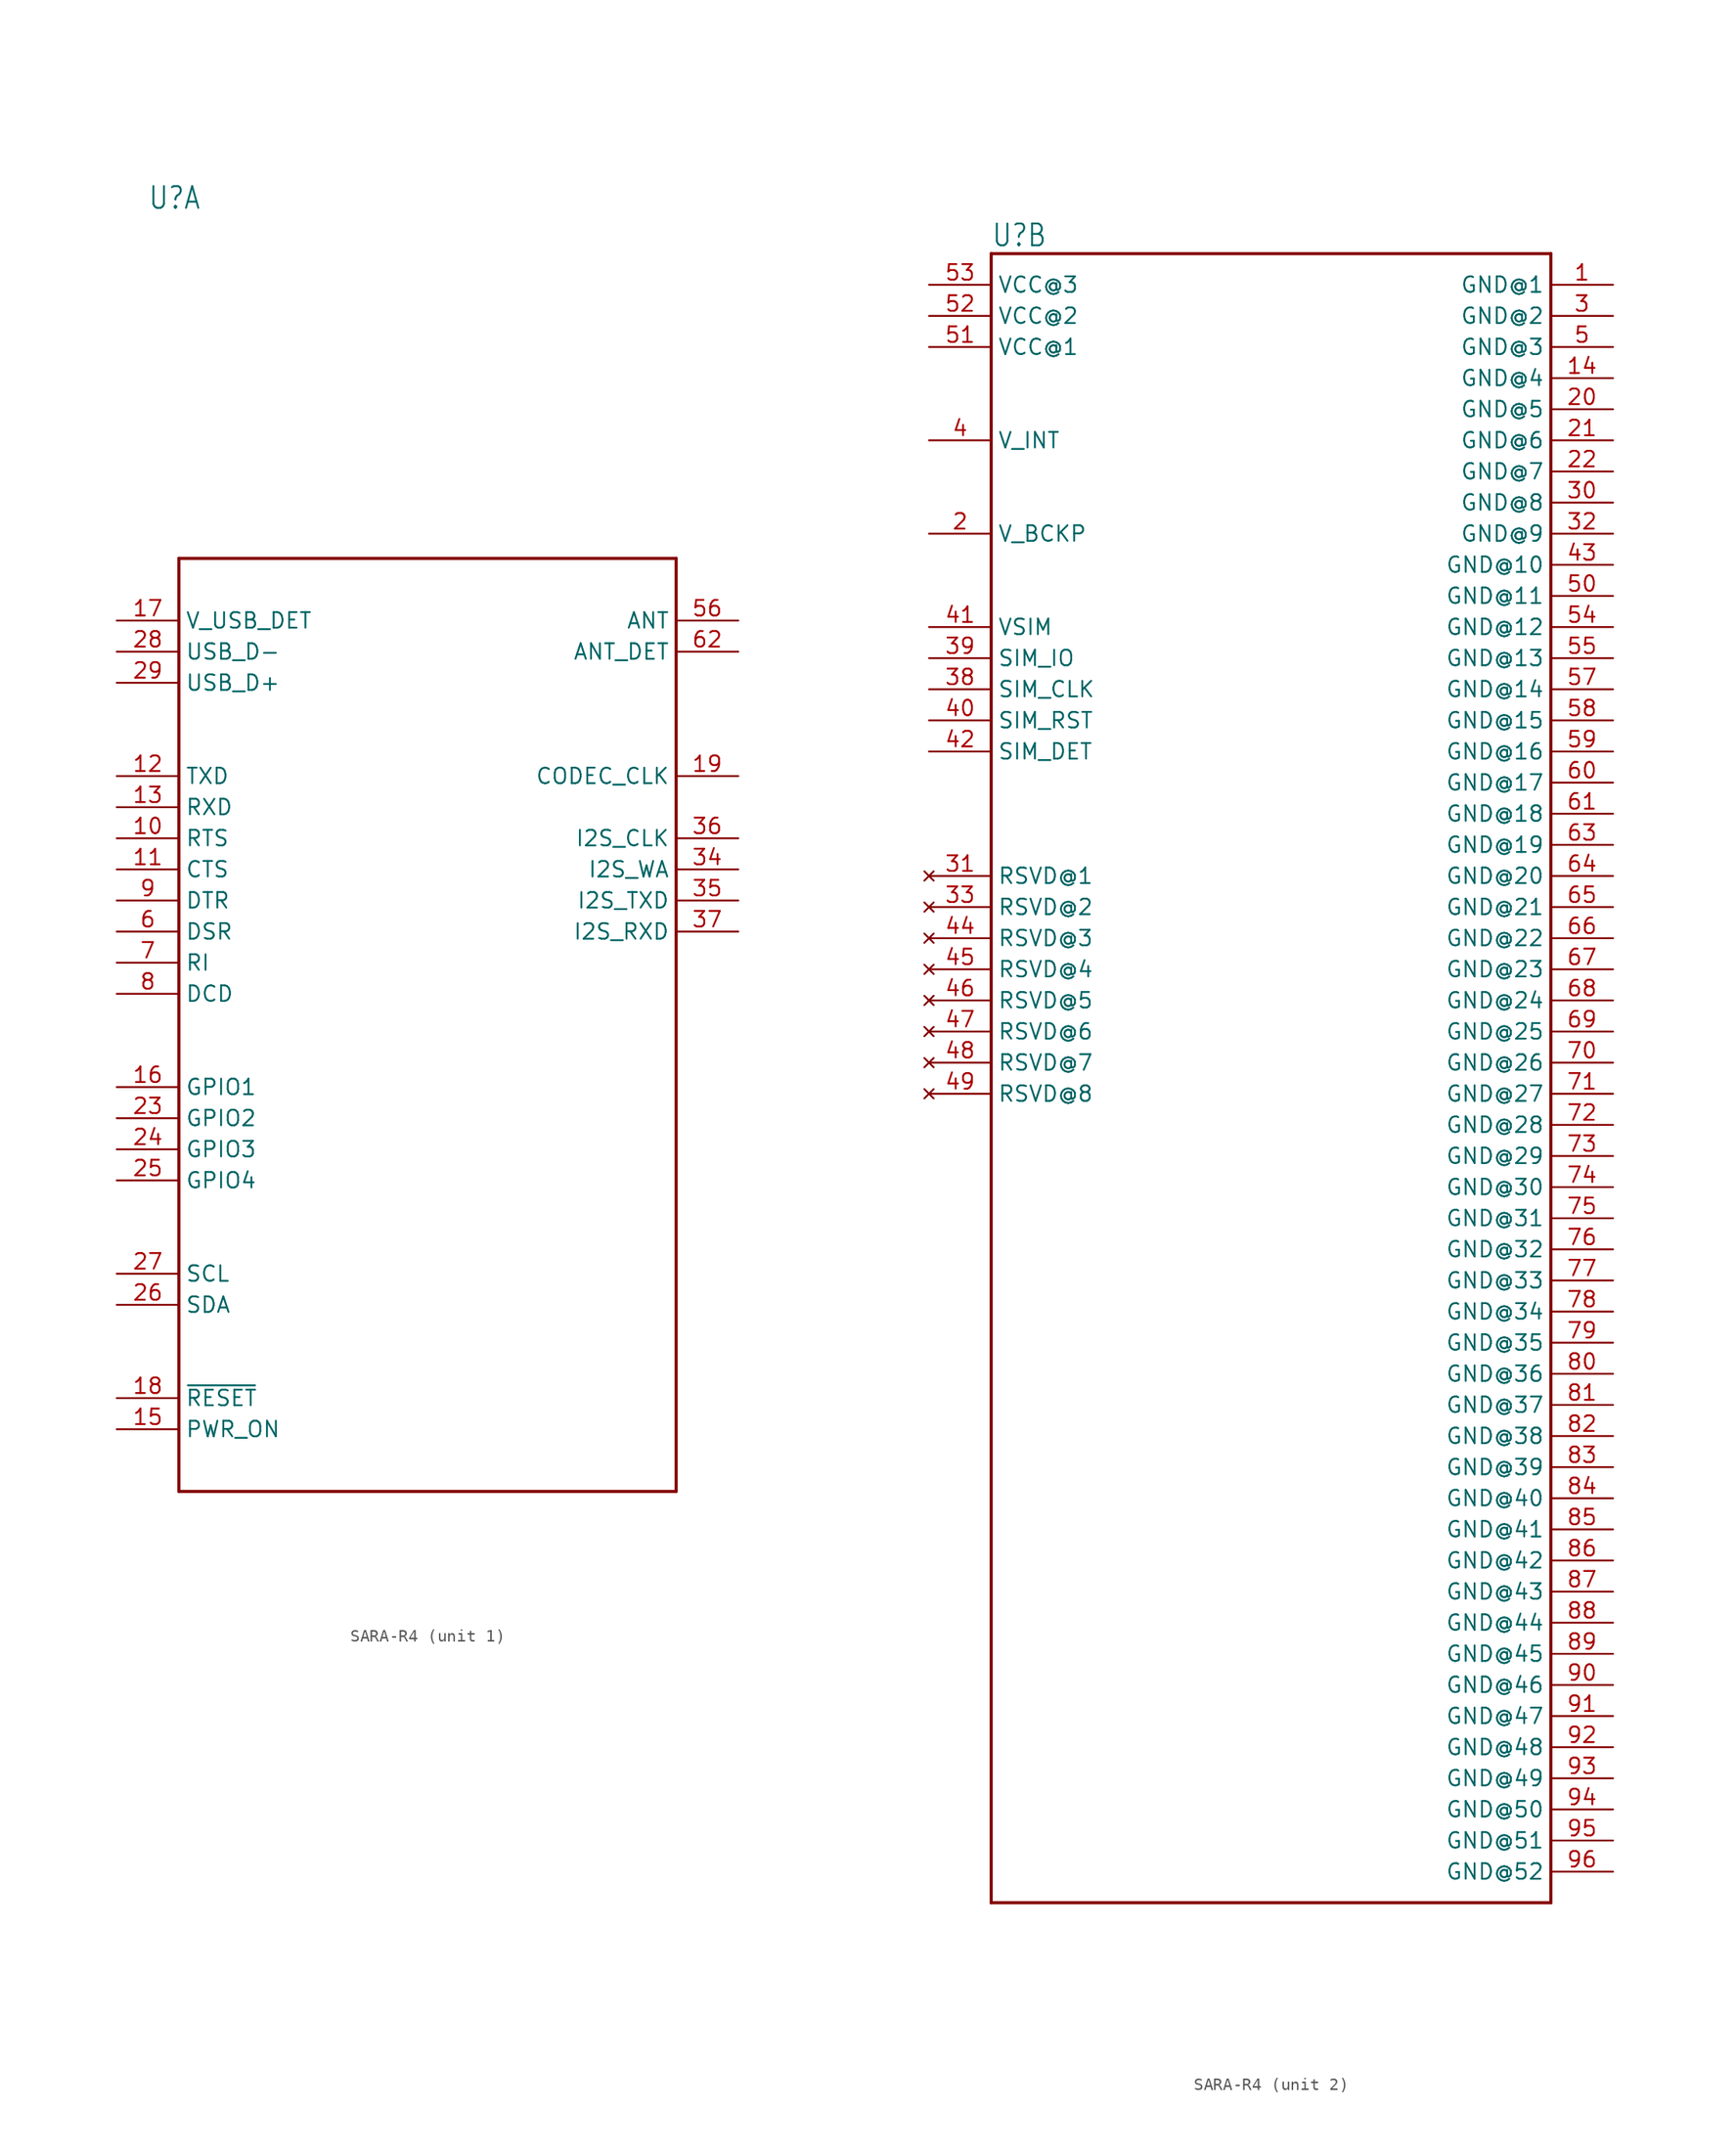
<source format=kicad_sym>
(kicad_symbol_lib
  (version 20231120)
  (generator "kicad_symbol_editor")
  (generator_version "8.0")
  (symbol "SARA-R4"
    (property "Reference" "U"
      (at -22.86 68.58 0)
      (effects (font (size 1.778 1.511)) (justify left top)))
    (property "Value" ""
      (at -5.08 2.54 0)
      (effects (font (size 1.778 1.511)) (justify left top)))
    (property "ki_locked" ""
      (at 0 0 0)
      (effects (font (size 1.27 1.27))))
    (symbol "SARA-R4_1_0"
      (polyline (pts (xy -20.32 -38.1) (xy -20.32 38.1)) (stroke (width 0.254) (type solid)) (fill (type none)))
      (polyline (pts (xy -20.32 38.1) (xy 20.32 38.1)) (stroke (width 0.254) (type solid)) (fill (type none)))
      (polyline (pts (xy 20.32 -38.1) (xy -20.32 -38.1)) (stroke (width 0.254) (type solid)) (fill (type none)))
      (polyline (pts (xy 20.32 38.1) (xy 20.32 -38.1)) (stroke (width 0.254) (type solid)) (fill (type none)))
      (pin input line (at -25.4 15.24 0) (length 5.08) (name "RTS" (effects (font (size 1.27 1.27)))) (number "10" (effects (font (size 1.27 1.27)))))
      (pin output line (at -25.4 12.7 0) (length 5.08) (name "CTS" (effects (font (size 1.27 1.27)))) (number "11" (effects (font (size 1.27 1.27)))))
      (pin input line (at -25.4 20.32 0) (length 5.08) (name "TXD" (effects (font (size 1.27 1.27)))) (number "12" (effects (font (size 1.27 1.27)))))
      (pin output line (at -25.4 17.78 0) (length 5.08) (name "RXD" (effects (font (size 1.27 1.27)))) (number "13" (effects (font (size 1.27 1.27)))))
      (pin input line (at -25.4 -33.02 0) (length 5.08) (name "PWR_ON" (effects (font (size 1.27 1.27)))) (number "15" (effects (font (size 1.27 1.27)))))
      (pin bidirectional line (at -25.4 -5.08 0) (length 5.08) (name "GPIO1" (effects (font (size 1.27 1.27)))) (number "16" (effects (font (size 1.27 1.27)))))
      (pin input line (at -25.4 33.02 0) (length 5.08) (name "V_USB_DET" (effects (font (size 1.27 1.27)))) (number "17" (effects (font (size 1.27 1.27)))))
      (pin input line (at -25.4 -30.48 0) (length 5.08) (name "~{RESET}" (effects (font (size 1.27 1.27)))) (number "18" (effects (font (size 1.27 1.27)))))
      (pin output line (at 25.4 20.32 180) (length 5.08) (name "CODEC_CLK" (effects (font (size 1.27 1.27)))) (number "19" (effects (font (size 1.27 1.27)))))
      (pin bidirectional line (at -25.4 -7.62 0) (length 5.08) (name "GPIO2" (effects (font (size 1.27 1.27)))) (number "23" (effects (font (size 1.27 1.27)))))
      (pin bidirectional line (at -25.4 -10.16 0) (length 5.08) (name "GPIO3" (effects (font (size 1.27 1.27)))) (number "24" (effects (font (size 1.27 1.27)))))
      (pin bidirectional line (at -25.4 -12.7 0) (length 5.08) (name "GPIO4" (effects (font (size 1.27 1.27)))) (number "25" (effects (font (size 1.27 1.27)))))
      (pin bidirectional line (at -25.4 -22.86 0) (length 5.08) (name "SDA" (effects (font (size 1.27 1.27)))) (number "26" (effects (font (size 1.27 1.27)))))
      (pin output line (at -25.4 -20.32 0) (length 5.08) (name "SCL" (effects (font (size 1.27 1.27)))) (number "27" (effects (font (size 1.27 1.27)))))
      (pin bidirectional line (at -25.4 30.48 0) (length 5.08) (name "USB_D-" (effects (font (size 1.27 1.27)))) (number "28" (effects (font (size 1.27 1.27)))))
      (pin bidirectional line (at -25.4 27.94 0) (length 5.08) (name "USB_D+" (effects (font (size 1.27 1.27)))) (number "29" (effects (font (size 1.27 1.27)))))
      (pin bidirectional line (at 25.4 12.7 180) (length 5.08) (name "I2S_WA" (effects (font (size 1.27 1.27)))) (number "34" (effects (font (size 1.27 1.27)))))
      (pin output line (at 25.4 10.16 180) (length 5.08) (name "I2S_TXD" (effects (font (size 1.27 1.27)))) (number "35" (effects (font (size 1.27 1.27)))))
      (pin bidirectional line (at 25.4 15.24 180) (length 5.08) (name "I2S_CLK" (effects (font (size 1.27 1.27)))) (number "36" (effects (font (size 1.27 1.27)))))
      (pin input line (at 25.4 7.62 180) (length 5.08) (name "I2S_RXD" (effects (font (size 1.27 1.27)))) (number "37" (effects (font (size 1.27 1.27)))))
      (pin bidirectional line (at 25.4 33.02 180) (length 5.08) (name "ANT" (effects (font (size 1.27 1.27)))) (number "56" (effects (font (size 1.27 1.27)))))
      (pin output line (at -25.4 7.62 0) (length 5.08) (name "DSR" (effects (font (size 1.27 1.27)))) (number "6" (effects (font (size 1.27 1.27)))))
      (pin input line (at 25.4 30.48 180) (length 5.08) (name "ANT_DET" (effects (font (size 1.27 1.27)))) (number "62" (effects (font (size 1.27 1.27)))))
      (pin output line (at -25.4 5.08 0) (length 5.08) (name "RI" (effects (font (size 1.27 1.27)))) (number "7" (effects (font (size 1.27 1.27)))))
      (pin output line (at -25.4 2.54 0) (length 5.08) (name "DCD" (effects (font (size 1.27 1.27)))) (number "8" (effects (font (size 1.27 1.27)))))
      (pin input line (at -25.4 10.16 0) (length 5.08) (name "DTR" (effects (font (size 1.27 1.27)))) (number "9" (effects (font (size 1.27 1.27))))))
    (symbol "SARA-R4_2_0"
      (polyline (pts (xy -22.86 -68.58) (xy -22.86 66.04)) (stroke (width 0.254) (type solid)) (fill (type none)))
      (polyline (pts (xy -22.86 66.04) (xy 22.86 66.04)) (stroke (width 0.254) (type solid)) (fill (type none)))
      (polyline (pts (xy 22.86 -68.58) (xy -22.86 -68.58)) (stroke (width 0.254) (type solid)) (fill (type none)))
      (polyline (pts (xy 22.86 66.04) (xy 22.86 -68.58)) (stroke (width 0.254) (type solid)) (fill (type none)))
      (pin power_in line (at 27.94 63.5 180) (length 5.08) (name "GND@1" (effects (font (size 1.27 1.27)))) (number "1" (effects (font (size 1.27 1.27)))))
      (pin power_in line (at 27.94 55.88 180) (length 5.08) (name "GND@4" (effects (font (size 1.27 1.27)))) (number "14" (effects (font (size 1.27 1.27)))))
      (pin power_in line (at -27.94 43.18 0) (length 5.08) (name "V_BCKP" (effects (font (size 1.27 1.27)))) (number "2" (effects (font (size 1.27 1.27)))))
      (pin power_in line (at 27.94 53.34 180) (length 5.08) (name "GND@5" (effects (font (size 1.27 1.27)))) (number "20" (effects (font (size 1.27 1.27)))))
      (pin power_in line (at 27.94 50.8 180) (length 5.08) (name "GND@6" (effects (font (size 1.27 1.27)))) (number "21" (effects (font (size 1.27 1.27)))))
      (pin power_in line (at 27.94 48.26 180) (length 5.08) (name "GND@7" (effects (font (size 1.27 1.27)))) (number "22" (effects (font (size 1.27 1.27)))))
      (pin power_in line (at 27.94 60.96 180) (length 5.08) (name "GND@2" (effects (font (size 1.27 1.27)))) (number "3" (effects (font (size 1.27 1.27)))))
      (pin power_in line (at 27.94 45.72 180) (length 5.08) (name "GND@8" (effects (font (size 1.27 1.27)))) (number "30" (effects (font (size 1.27 1.27)))))
      (pin no_connect line (at -27.94 15.24 0) (length 5.08) (name "RSVD@1" (effects (font (size 1.27 1.27)))) (number "31" (effects (font (size 1.27 1.27)))))
      (pin power_in line (at 27.94 43.18 180) (length 5.08) (name "GND@9" (effects (font (size 1.27 1.27)))) (number "32" (effects (font (size 1.27 1.27)))))
      (pin no_connect line (at -27.94 12.7 0) (length 5.08) (name "RSVD@2" (effects (font (size 1.27 1.27)))) (number "33" (effects (font (size 1.27 1.27)))))
      (pin output line (at -27.94 30.48 0) (length 5.08) (name "SIM_CLK" (effects (font (size 1.27 1.27)))) (number "38" (effects (font (size 1.27 1.27)))))
      (pin bidirectional line (at -27.94 33.02 0) (length 5.08) (name "SIM_IO" (effects (font (size 1.27 1.27)))) (number "39" (effects (font (size 1.27 1.27)))))
      (pin power_in line (at -27.94 50.8 0) (length 5.08) (name "V_INT" (effects (font (size 1.27 1.27)))) (number "4" (effects (font (size 1.27 1.27)))))
      (pin output line (at -27.94 27.94 0) (length 5.08) (name "SIM_RST" (effects (font (size 1.27 1.27)))) (number "40" (effects (font (size 1.27 1.27)))))
      (pin power_in line (at -27.94 35.56 0) (length 5.08) (name "VSIM" (effects (font (size 1.27 1.27)))) (number "41" (effects (font (size 1.27 1.27)))))
      (pin input line (at -27.94 25.4 0) (length 5.08) (name "SIM_DET" (effects (font (size 1.27 1.27)))) (number "42" (effects (font (size 1.27 1.27)))))
      (pin power_in line (at 27.94 40.64 180) (length 5.08) (name "GND@10" (effects (font (size 1.27 1.27)))) (number "43" (effects (font (size 1.27 1.27)))))
      (pin no_connect line (at -27.94 10.16 0) (length 5.08) (name "RSVD@3" (effects (font (size 1.27 1.27)))) (number "44" (effects (font (size 1.27 1.27)))))
      (pin no_connect line (at -27.94 7.62 0) (length 5.08) (name "RSVD@4" (effects (font (size 1.27 1.27)))) (number "45" (effects (font (size 1.27 1.27)))))
      (pin no_connect line (at -27.94 5.08 0) (length 5.08) (name "RSVD@5" (effects (font (size 1.27 1.27)))) (number "46" (effects (font (size 1.27 1.27)))))
      (pin no_connect line (at -27.94 2.54 0) (length 5.08) (name "RSVD@6" (effects (font (size 1.27 1.27)))) (number "47" (effects (font (size 1.27 1.27)))))
      (pin no_connect line (at -27.94 0 0) (length 5.08) (name "RSVD@7" (effects (font (size 1.27 1.27)))) (number "48" (effects (font (size 1.27 1.27)))))
      (pin no_connect line (at -27.94 -2.54 0) (length 5.08) (name "RSVD@8" (effects (font (size 1.27 1.27)))) (number "49" (effects (font (size 1.27 1.27)))))
      (pin power_in line (at 27.94 58.42 180) (length 5.08) (name "GND@3" (effects (font (size 1.27 1.27)))) (number "5" (effects (font (size 1.27 1.27)))))
      (pin power_in line (at 27.94 38.1 180) (length 5.08) (name "GND@11" (effects (font (size 1.27 1.27)))) (number "50" (effects (font (size 1.27 1.27)))))
      (pin power_in line (at -27.94 58.42 0) (length 5.08) (name "VCC@1" (effects (font (size 1.27 1.27)))) (number "51" (effects (font (size 1.27 1.27)))))
      (pin power_in line (at -27.94 60.96 0) (length 5.08) (name "VCC@2" (effects (font (size 1.27 1.27)))) (number "52" (effects (font (size 1.27 1.27)))))
      (pin power_in line (at -27.94 63.5 0) (length 5.08) (name "VCC@3" (effects (font (size 1.27 1.27)))) (number "53" (effects (font (size 1.27 1.27)))))
      (pin power_in line (at 27.94 35.56 180) (length 5.08) (name "GND@12" (effects (font (size 1.27 1.27)))) (number "54" (effects (font (size 1.27 1.27)))))
      (pin power_in line (at 27.94 33.02 180) (length 5.08) (name "GND@13" (effects (font (size 1.27 1.27)))) (number "55" (effects (font (size 1.27 1.27)))))
      (pin power_in line (at 27.94 30.48 180) (length 5.08) (name "GND@14" (effects (font (size 1.27 1.27)))) (number "57" (effects (font (size 1.27 1.27)))))
      (pin power_in line (at 27.94 27.94 180) (length 5.08) (name "GND@15" (effects (font (size 1.27 1.27)))) (number "58" (effects (font (size 1.27 1.27)))))
      (pin power_in line (at 27.94 25.4 180) (length 5.08) (name "GND@16" (effects (font (size 1.27 1.27)))) (number "59" (effects (font (size 1.27 1.27)))))
      (pin power_in line (at 27.94 22.86 180) (length 5.08) (name "GND@17" (effects (font (size 1.27 1.27)))) (number "60" (effects (font (size 1.27 1.27)))))
      (pin power_in line (at 27.94 20.32 180) (length 5.08) (name "GND@18" (effects (font (size 1.27 1.27)))) (number "61" (effects (font (size 1.27 1.27)))))
      (pin power_in line (at 27.94 17.78 180) (length 5.08) (name "GND@19" (effects (font (size 1.27 1.27)))) (number "63" (effects (font (size 1.27 1.27)))))
      (pin power_in line (at 27.94 15.24 180) (length 5.08) (name "GND@20" (effects (font (size 1.27 1.27)))) (number "64" (effects (font (size 1.27 1.27)))))
      (pin power_in line (at 27.94 12.7 180) (length 5.08) (name "GND@21" (effects (font (size 1.27 1.27)))) (number "65" (effects (font (size 1.27 1.27)))))
      (pin power_in line (at 27.94 10.16 180) (length 5.08) (name "GND@22" (effects (font (size 1.27 1.27)))) (number "66" (effects (font (size 1.27 1.27)))))
      (pin power_in line (at 27.94 7.62 180) (length 5.08) (name "GND@23" (effects (font (size 1.27 1.27)))) (number "67" (effects (font (size 1.27 1.27)))))
      (pin power_in line (at 27.94 5.08 180) (length 5.08) (name "GND@24" (effects (font (size 1.27 1.27)))) (number "68" (effects (font (size 1.27 1.27)))))
      (pin power_in line (at 27.94 2.54 180) (length 5.08) (name "GND@25" (effects (font (size 1.27 1.27)))) (number "69" (effects (font (size 1.27 1.27)))))
      (pin power_in line (at 27.94 0 180) (length 5.08) (name "GND@26" (effects (font (size 1.27 1.27)))) (number "70" (effects (font (size 1.27 1.27)))))
      (pin power_in line (at 27.94 -2.54 180) (length 5.08) (name "GND@27" (effects (font (size 1.27 1.27)))) (number "71" (effects (font (size 1.27 1.27)))))
      (pin power_in line (at 27.94 -5.08 180) (length 5.08) (name "GND@28" (effects (font (size 1.27 1.27)))) (number "72" (effects (font (size 1.27 1.27)))))
      (pin power_in line (at 27.94 -7.62 180) (length 5.08) (name "GND@29" (effects (font (size 1.27 1.27)))) (number "73" (effects (font (size 1.27 1.27)))))
      (pin power_in line (at 27.94 -10.16 180) (length 5.08) (name "GND@30" (effects (font (size 1.27 1.27)))) (number "74" (effects (font (size 1.27 1.27)))))
      (pin power_in line (at 27.94 -12.7 180) (length 5.08) (name "GND@31" (effects (font (size 1.27 1.27)))) (number "75" (effects (font (size 1.27 1.27)))))
      (pin power_in line (at 27.94 -15.24 180) (length 5.08) (name "GND@32" (effects (font (size 1.27 1.27)))) (number "76" (effects (font (size 1.27 1.27)))))
      (pin power_in line (at 27.94 -17.78 180) (length 5.08) (name "GND@33" (effects (font (size 1.27 1.27)))) (number "77" (effects (font (size 1.27 1.27)))))
      (pin power_in line (at 27.94 -20.32 180) (length 5.08) (name "GND@34" (effects (font (size 1.27 1.27)))) (number "78" (effects (font (size 1.27 1.27)))))
      (pin power_in line (at 27.94 -22.86 180) (length 5.08) (name "GND@35" (effects (font (size 1.27 1.27)))) (number "79" (effects (font (size 1.27 1.27)))))
      (pin power_in line (at 27.94 -25.4 180) (length 5.08) (name "GND@36" (effects (font (size 1.27 1.27)))) (number "80" (effects (font (size 1.27 1.27)))))
      (pin power_in line (at 27.94 -27.94 180) (length 5.08) (name "GND@37" (effects (font (size 1.27 1.27)))) (number "81" (effects (font (size 1.27 1.27)))))
      (pin power_in line (at 27.94 -30.48 180) (length 5.08) (name "GND@38" (effects (font (size 1.27 1.27)))) (number "82" (effects (font (size 1.27 1.27)))))
      (pin power_in line (at 27.94 -33.02 180) (length 5.08) (name "GND@39" (effects (font (size 1.27 1.27)))) (number "83" (effects (font (size 1.27 1.27)))))
      (pin power_in line (at 27.94 -35.56 180) (length 5.08) (name "GND@40" (effects (font (size 1.27 1.27)))) (number "84" (effects (font (size 1.27 1.27)))))
      (pin power_in line (at 27.94 -38.1 180) (length 5.08) (name "GND@41" (effects (font (size 1.27 1.27)))) (number "85" (effects (font (size 1.27 1.27)))))
      (pin power_in line (at 27.94 -40.64 180) (length 5.08) (name "GND@42" (effects (font (size 1.27 1.27)))) (number "86" (effects (font (size 1.27 1.27)))))
      (pin power_in line (at 27.94 -43.18 180) (length 5.08) (name "GND@43" (effects (font (size 1.27 1.27)))) (number "87" (effects (font (size 1.27 1.27)))))
      (pin power_in line (at 27.94 -45.72 180) (length 5.08) (name "GND@44" (effects (font (size 1.27 1.27)))) (number "88" (effects (font (size 1.27 1.27)))))
      (pin power_in line (at 27.94 -48.26 180) (length 5.08) (name "GND@45" (effects (font (size 1.27 1.27)))) (number "89" (effects (font (size 1.27 1.27)))))
      (pin power_in line (at 27.94 -50.8 180) (length 5.08) (name "GND@46" (effects (font (size 1.27 1.27)))) (number "90" (effects (font (size 1.27 1.27)))))
      (pin power_in line (at 27.94 -53.34 180) (length 5.08) (name "GND@47" (effects (font (size 1.27 1.27)))) (number "91" (effects (font (size 1.27 1.27)))))
      (pin power_in line (at 27.94 -55.88 180) (length 5.08) (name "GND@48" (effects (font (size 1.27 1.27)))) (number "92" (effects (font (size 1.27 1.27)))))
      (pin power_in line (at 27.94 -58.42 180) (length 5.08) (name "GND@49" (effects (font (size 1.27 1.27)))) (number "93" (effects (font (size 1.27 1.27)))))
      (pin power_in line (at 27.94 -60.96 180) (length 5.08) (name "GND@50" (effects (font (size 1.27 1.27)))) (number "94" (effects (font (size 1.27 1.27)))))
      (pin power_in line (at 27.94 -63.5 180) (length 5.08) (name "GND@51" (effects (font (size 1.27 1.27)))) (number "95" (effects (font (size 1.27 1.27)))))
      (pin power_in line (at 27.94 -66.04 180) (length 5.08) (name "GND@52" (effects (font (size 1.27 1.27)))) (number "96" (effects (font (size 1.27 1.27))))))))
</source>
